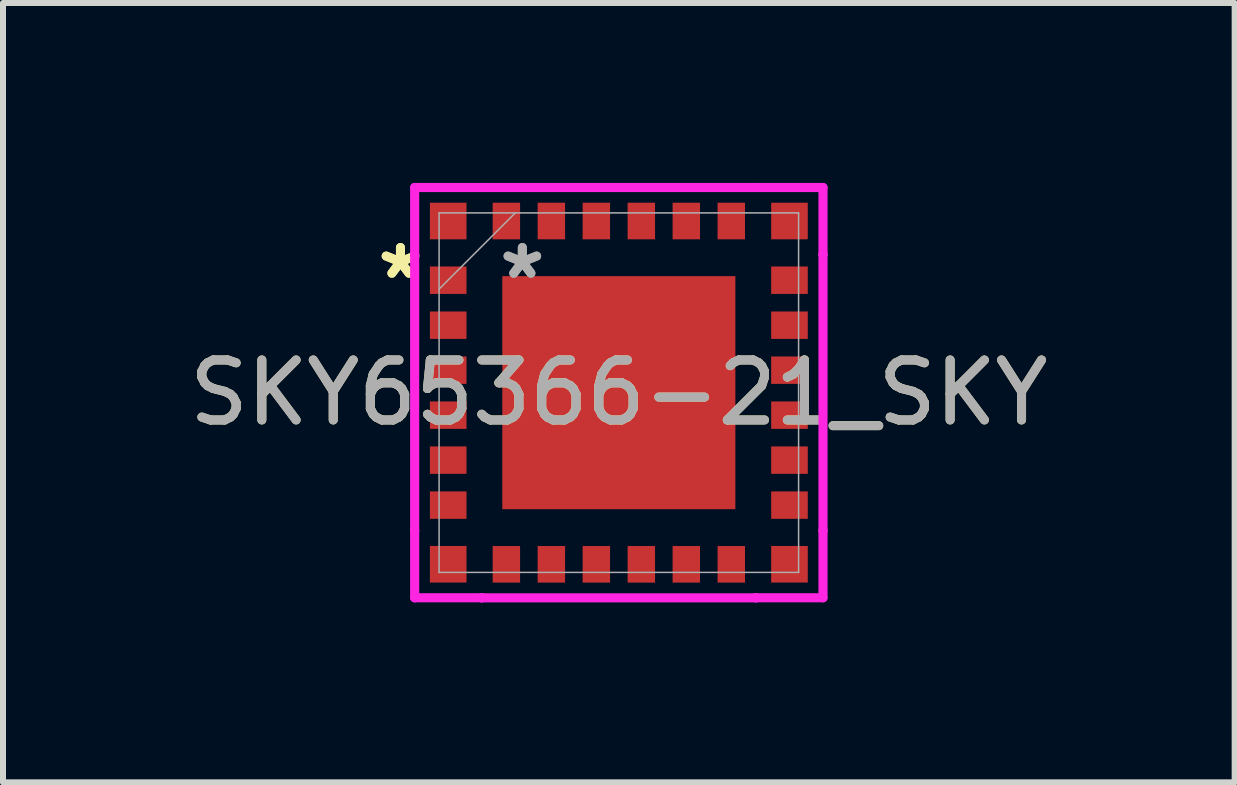
<source format=kicad_pcb>
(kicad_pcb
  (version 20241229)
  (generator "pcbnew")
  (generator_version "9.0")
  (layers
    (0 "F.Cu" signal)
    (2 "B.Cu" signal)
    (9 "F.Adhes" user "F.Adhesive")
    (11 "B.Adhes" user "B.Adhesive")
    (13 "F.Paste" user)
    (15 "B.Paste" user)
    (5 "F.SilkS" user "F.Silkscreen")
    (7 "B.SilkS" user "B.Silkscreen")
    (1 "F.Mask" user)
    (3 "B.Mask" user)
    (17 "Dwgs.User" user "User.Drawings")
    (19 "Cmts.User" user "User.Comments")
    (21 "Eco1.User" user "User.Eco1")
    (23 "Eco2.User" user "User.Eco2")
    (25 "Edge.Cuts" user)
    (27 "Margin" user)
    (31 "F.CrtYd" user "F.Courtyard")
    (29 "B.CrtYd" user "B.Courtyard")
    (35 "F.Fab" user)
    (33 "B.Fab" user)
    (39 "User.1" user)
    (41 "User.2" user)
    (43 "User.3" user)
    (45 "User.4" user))
  (footprint "SKY65366-21_SKY"
    (layer "F.Cu")
    (at 7.268 3.497)
    (property "Reference" "SKY65366-21_SKY" (at 0 0 0) (unlocked yes) (layer "F.SilkS") (effects (font (size 1 1) (thickness 0.15))))
    (attr smd)
    (fp_poly (pts (xy -1.843 -1.843) (xy -1.843 -0.748) (xy -0.748 -0.748) (xy -0.748 -1.843)) (stroke (width 0) (type solid)) (fill yes) (layer "F.Paste"))
    (fp_poly (pts (xy -1.843 -0.548) (xy -1.843 0.548) (xy -0.748 0.548) (xy -0.748 -0.548)) (stroke (width 0) (type solid)) (fill yes) (layer "F.Paste"))
    (fp_poly (pts (xy -1.843 0.748) (xy -1.843 1.843) (xy -0.748 1.843) (xy -0.748 0.748)) (stroke (width 0) (type solid)) (fill yes) (layer "F.Paste"))
    (fp_poly (pts (xy -0.548 -1.843) (xy -0.548 -0.748) (xy 0.548 -0.748) (xy 0.548 -1.843)) (stroke (width 0) (type solid)) (fill yes) (layer "F.Paste"))
    (fp_poly (pts (xy -0.548 -0.548) (xy -0.548 0.548) (xy 0.548 0.548) (xy 0.548 -0.548)) (stroke (width 0) (type solid)) (fill yes) (layer "F.Paste"))
    (fp_poly (pts (xy -0.548 0.748) (xy -0.548 1.843) (xy 0.548 1.843) (xy 0.548 0.748)) (stroke (width 0) (type solid)) (fill yes) (layer "F.Paste"))
    (fp_poly (pts (xy 0.748 -1.843) (xy 0.748 -0.748) (xy 1.843 -0.748) (xy 1.843 -1.843)) (stroke (width 0) (type solid)) (fill yes) (layer "F.Paste"))
    (fp_poly (pts (xy 0.748 -0.548) (xy 0.748 0.548) (xy 1.843 0.548) (xy 1.843 -0.548)) (stroke (width 0) (type solid)) (fill yes) (layer "F.Paste"))
    (fp_poly (pts (xy 0.748 0.748) (xy 0.748 1.843) (xy 1.843 1.843) (xy 1.843 0.748)) (stroke (width 0) (type solid)) (fill yes) (layer "F.Paste"))
    (fp_line (start -3.404 -3.421) (end -3.404 -2.303) (stroke (width 0.152) (type solid)) (layer "F.CrtYd"))
    (fp_line (start -3.404 -2.303) (end -3.404 -2.303) (stroke (width 0.152) (type solid)) (layer "F.CrtYd"))
    (fp_line (start -3.404 2.302) (end -3.404 3.42) (stroke (width 0.152) (type solid)) (layer "F.CrtYd"))
    (fp_line (start -3.404 3.42) (end -2.286 3.42) (stroke (width 0.152) (type solid)) (layer "F.CrtYd"))
    (fp_line (start -3.404 -2.303) (end -3.404 2.302) (stroke (width 0.152) (type solid)) (layer "F.CrtYd"))
    (fp_line (start -3.404 2.302) (end -3.404 2.302) (stroke (width 0.152) (type solid)) (layer "F.CrtYd"))
    (fp_line (start -2.286 -3.421) (end -3.404 -3.421) (stroke (width 0.152) (type solid)) (layer "F.CrtYd"))
    (fp_line (start -2.286 -3.421) (end -2.286 -3.421) (stroke (width 0.152) (type solid)) (layer "F.CrtYd"))
    (fp_line (start -2.286 3.42) (end -2.286 3.421) (stroke (width 0.152) (type solid)) (layer "F.CrtYd"))
    (fp_line (start -2.286 3.421) (end 2.286 3.421) (stroke (width 0.152) (type solid)) (layer "F.CrtYd"))
    (fp_line (start 2.286 -3.421) (end 2.286 -3.421) (stroke (width 0.152) (type solid)) (layer "F.CrtYd"))
    (fp_line (start 2.286 -3.421) (end -2.286 -3.421) (stroke (width 0.152) (type solid)) (layer "F.CrtYd"))
    (fp_line (start 2.286 3.42) (end 3.404 3.42) (stroke (width 0.152) (type solid)) (layer "F.CrtYd"))
    (fp_line (start 2.286 3.421) (end 2.286 3.42) (stroke (width 0.152) (type solid)) (layer "F.CrtYd"))
    (fp_line (start 3.404 -2.303) (end 3.404 -2.303) (stroke (width 0.152) (type solid)) (layer "F.CrtYd"))
    (fp_line (start 3.404 2.302) (end 3.404 -2.303) (stroke (width 0.152) (type solid)) (layer "F.CrtYd"))
    (fp_line (start 3.404 -3.421) (end 2.286 -3.421) (stroke (width 0.152) (type solid)) (layer "F.CrtYd"))
    (fp_line (start 3.404 -2.303) (end 3.404 -3.421) (stroke (width 0.152) (type solid)) (layer "F.CrtYd"))
    (fp_line (start 3.404 2.302) (end 3.404 2.302) (stroke (width 0.152) (type solid)) (layer "F.CrtYd"))
    (fp_line (start 3.404 3.42) (end 3.404 2.302) (stroke (width 0.152) (type solid)) (layer "F.CrtYd"))
    (fp_line (start -2.997 -2.997) (end -2.997 2.997) (stroke (width 0.025) (type solid)) (layer "F.Fab"))
    (fp_line (start -2.997 -1.727) (end -1.727 -2.997) (stroke (width 0.025) (type solid)) (layer "F.Fab"))
    (fp_line (start -2.997 2.997) (end 2.997 2.997) (stroke (width 0.025) (type solid)) (layer "F.Fab"))
    (fp_line (start 2.997 -2.997) (end -2.997 -2.997) (stroke (width 0.025) (type solid)) (layer "F.Fab"))
    (fp_line (start 2.997 2.997) (end 2.997 -2.997) (stroke (width 0.025) (type solid)) (layer "F.Fab"))
    (fp_text user "*" (at -3.641 -1.875 0) (unlocked yes) (layer "F.SilkS") (effects (font (size 1 1) (thickness 0.15))))
    (fp_text user "*" (at -3.641 -1.875 0) (layer "F.SilkS") (effects (font (size 1 1) (thickness 0.15))))
    (fp_text user "*" (at -1.609 -1.875 0) (layer "F.Fab") (effects (font (size 1 1) (thickness 0.15))))
    (fp_text user "*" (at -1.609 -1.875 0) (unlocked yes) (layer "F.Fab") (effects (font (size 1 1) (thickness 0.15))))
    (fp_text user "${REFERENCE}" (at 0 0 0) (unlocked yes) (layer "F.Fab") (effects (font (size 1 1) (thickness 0.15))))
    (pad "1" smd rect (at -2.845 -2.862) (size 0.61 0.61) (layers "F.Cu" "F.Mask" "F.Paste"))
    (pad "2" smd rect (at -2.845 -1.875 90) (size 0.457 0.61) (layers "F.Cu" "F.Mask" "F.Paste"))
    (pad "3" smd rect (at -2.845 -1.125 90) (size 0.457 0.61) (layers "F.Cu" "F.Mask" "F.Paste"))
    (pad "4" smd rect (at -2.845 -0.375 90) (size 0.457 0.61) (layers "F.Cu" "F.Mask" "F.Paste"))
    (pad "5" smd rect (at -2.845 0.375 90) (size 0.457 0.61) (layers "F.Cu" "F.Mask" "F.Paste"))
    (pad "6" smd rect (at -2.845 1.125 90) (size 0.457 0.61) (layers "F.Cu" "F.Mask" "F.Paste"))
    (pad "7" smd rect (at -2.845 1.875 90) (size 0.457 0.61) (layers "F.Cu" "F.Mask" "F.Paste"))
    (pad "8" smd rect (at -2.845 2.861) (size 0.61 0.61) (layers "F.Cu" "F.Mask" "F.Paste"))
    (pad "9" smd rect (at -1.875 2.862) (size 0.457 0.61) (layers "F.Cu" "F.Mask" "F.Paste"))
    (pad "10" smd rect (at -1.125 2.862) (size 0.457 0.61) (layers "F.Cu" "F.Mask" "F.Paste"))
    (pad "11" smd rect (at -0.375 2.862) (size 0.457 0.61) (layers "F.Cu" "F.Mask" "F.Paste"))
    (pad "12" smd rect (at 0.375 2.862) (size 0.457 0.61) (layers "F.Cu" "F.Mask" "F.Paste"))
    (pad "13" smd rect (at 1.125 2.862) (size 0.457 0.61) (layers "F.Cu" "F.Mask" "F.Paste"))
    (pad "14" smd rect (at 1.875 2.862) (size 0.457 0.61) (layers "F.Cu" "F.Mask" "F.Paste"))
    (pad "15" smd rect (at 2.845 2.861) (size 0.61 0.61) (layers "F.Cu" "F.Mask" "F.Paste"))
    (pad "16" smd rect (at 2.845 1.875 90) (size 0.457 0.61) (layers "F.Cu" "F.Mask" "F.Paste"))
    (pad "17" smd rect (at 2.845 1.125 90) (size 0.457 0.61) (layers "F.Cu" "F.Mask" "F.Paste"))
    (pad "18" smd rect (at 2.845 0.375 90) (size 0.457 0.61) (layers "F.Cu" "F.Mask" "F.Paste"))
    (pad "19" smd rect (at 2.845 -0.375 90) (size 0.457 0.61) (layers "F.Cu" "F.Mask" "F.Paste"))
    (pad "20" smd rect (at 2.845 -1.125 90) (size 0.457 0.61) (layers "F.Cu" "F.Mask" "F.Paste"))
    (pad "21" smd rect (at 2.845 -1.875 90) (size 0.457 0.61) (layers "F.Cu" "F.Mask" "F.Paste"))
    (pad "22" smd rect (at 2.845 -2.862) (size 0.61 0.61) (layers "F.Cu" "F.Mask" "F.Paste"))
    (pad "23" smd rect (at 1.875 -2.862) (size 0.457 0.61) (layers "F.Cu" "F.Mask" "F.Paste"))
    (pad "24" smd rect (at 1.125 -2.862) (size 0.457 0.61) (layers "F.Cu" "F.Mask" "F.Paste"))
    (pad "25" smd rect (at 0.375 -2.862) (size 0.457 0.61) (layers "F.Cu" "F.Mask" "F.Paste"))
    (pad "26" smd rect (at -0.375 -2.862) (size 0.457 0.61) (layers "F.Cu" "F.Mask" "F.Paste"))
    (pad "27" smd rect (at -1.125 -2.862) (size 0.457 0.61) (layers "F.Cu" "F.Mask" "F.Paste"))
    (pad "28" smd rect (at -1.875 -2.862) (size 0.457 0.61) (layers "F.Cu" "F.Mask" "F.Paste"))
    (pad "29" smd rect (at 0 0) (size 3.886 3.886) (layers "F.Cu" "F.Mask")))
  (gr_rect
    (start -3 -3)
    (end 17.536 9.994)
    (stroke (width 0.1) (type default))
    (fill no)
    (layer "Edge.Cuts")))
</source>
